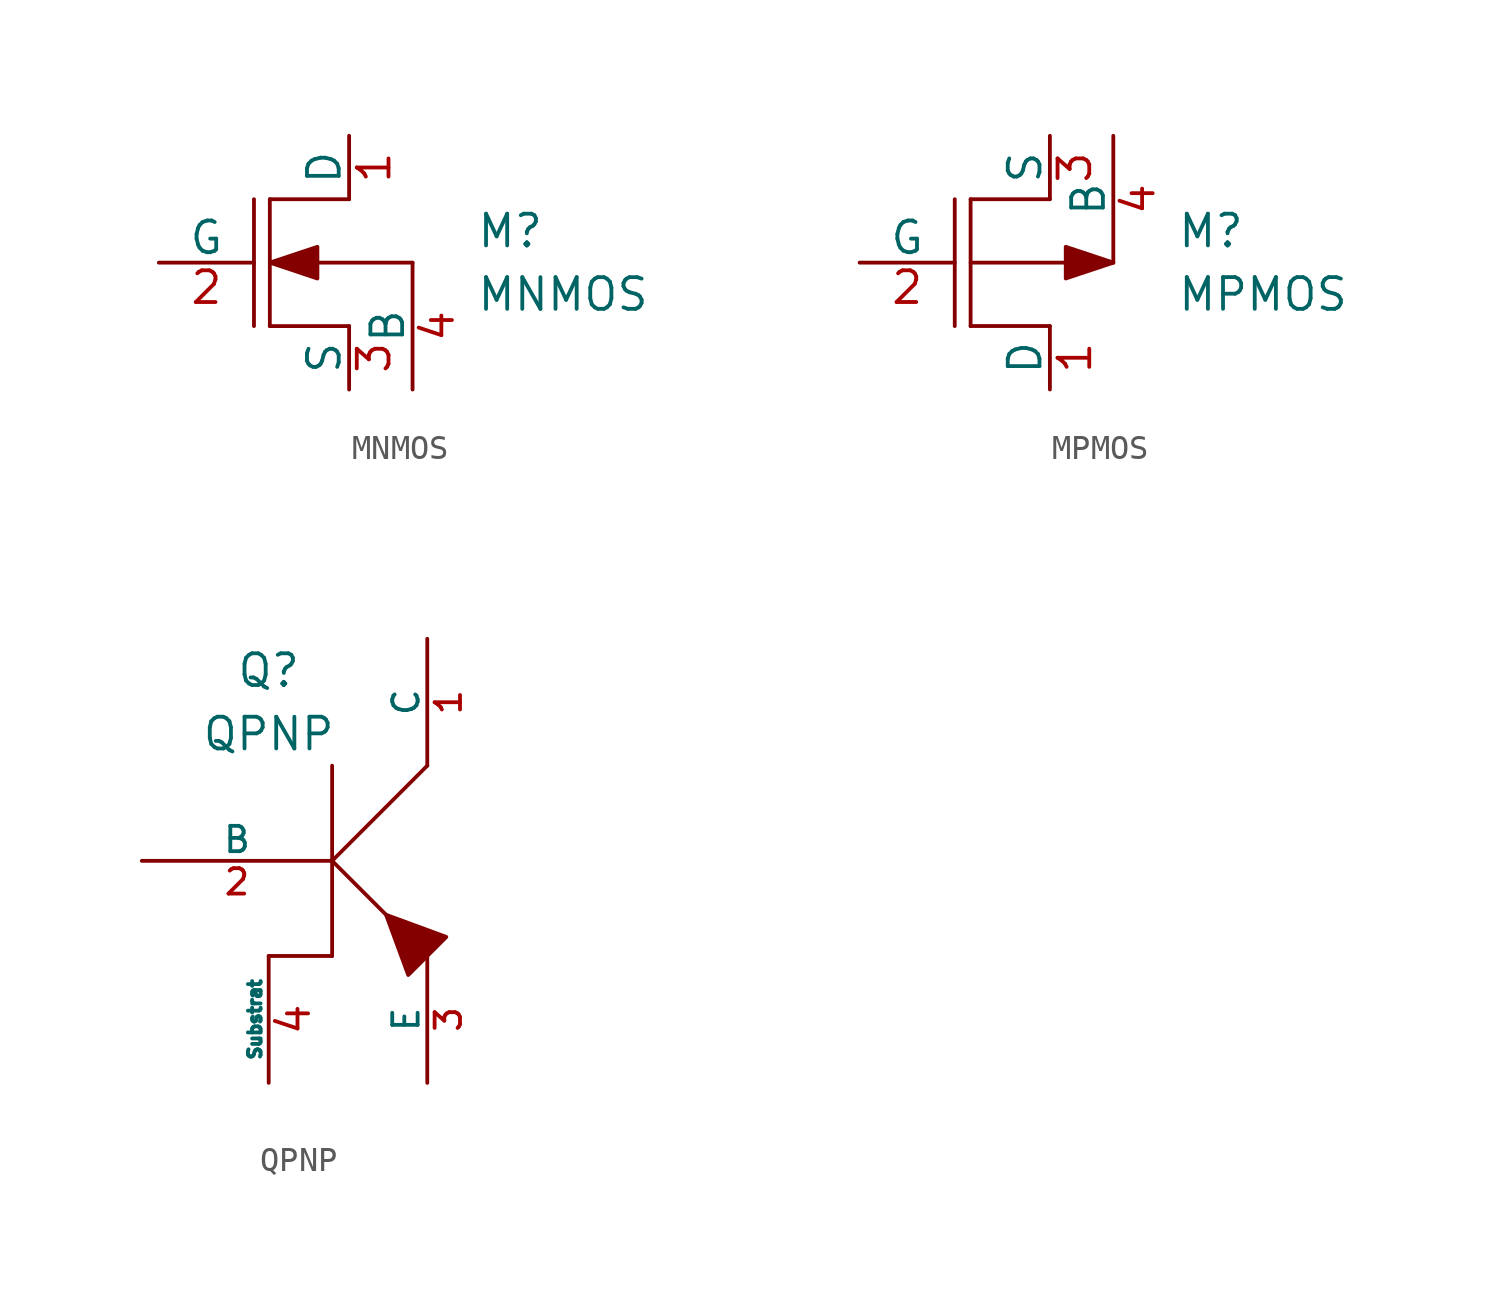
<source format=kicad_sym>
(kicad_symbol_lib
  (version 20201005)
  (generator kicad_symbol_editor)
  (symbol "MNMOS"
    (pin_names
      (offset 0))
    (property "Reference" "M"
      (at 7.62 1.27 0)
      (effects (font (size 1.27 1.27)) (justify left)))
    (property "Value" "MNMOS"
      (at 7.62 -1.27 0)
      (effects (font (size 1.27 1.27)) (justify left)))
    (symbol "MNMOS_0_1"
      (polyline (pts (xy -1.27 -2.54) (xy -1.27 2.54)) (stroke (width 0)) (fill (type none)))
      (polyline (pts (xy -0.635 -2.54) (xy 2.54 -2.54)) (stroke (width 0)) (fill (type none)))
      (polyline (pts (xy 2.54 2.54) (xy -0.635 2.54)) (stroke (width 0)) (fill (type none)))
      (polyline (pts (xy 5.08 0) (xy -0.635 0)) (stroke (width 0)) (fill (type none)))
      (polyline (pts (xy -0.635 0) (xy 1.27 0.635) (xy 1.27 -0.635) (xy -0.635 0)) (stroke (width 0)) (fill (type outline))))
    (symbol "MNMOS_1_1"
      (polyline (pts (xy -0.635 -2.54) (xy -0.635 2.54)) (stroke (width 0)) (fill (type none)))
      (pin passive line (at 2.54 5.08 270) (length 2.54) (name "D" (effects (font (size 1.27 1.27)))) (number "1" (effects (font (size 1.27 1.27)))))
      (pin input line (at -5.08 0 0) (length 3.81) (name "G" (effects (font (size 1.27 1.27)))) (number "2" (effects (font (size 1.27 1.27)))))
      (pin passive line (at 2.54 -5.08 90) (length 2.54) (name "S" (effects (font (size 1.27 1.27)))) (number "3" (effects (font (size 1.27 1.27)))))
      (pin input line (at 5.08 -5.08 90) (length 5.08) (name "B" (effects (font (size 1.27 1.27)))) (number "4" (effects (font (size 1.27 1.27)))))))
  (symbol "MPMOS"
    (pin_names
      (offset 0))
    (property "Reference" "M"
      (at 7.62 1.27 0)
      (effects (font (size 1.27 1.27)) (justify left)))
    (property "Value" "MPMOS"
      (at 7.62 -1.27 0)
      (effects (font (size 1.27 1.27)) (justify left)))
    (symbol "MPMOS_0_1"
      (polyline (pts (xy -1.27 2.54) (xy -1.27 -2.54)) (stroke (width 0)) (fill (type none)))
      (polyline (pts (xy -0.635 -2.54) (xy 2.54 -2.54)) (stroke (width 0)) (fill (type none)))
      (polyline (pts (xy 2.54 2.54) (xy -0.635 2.54)) (stroke (width 0)) (fill (type none)))
      (polyline (pts (xy 5.08 0) (xy -0.635 0)) (stroke (width 0)) (fill (type none)))
      (polyline (pts (xy 5.08 0) (xy 3.175 0.635) (xy 3.175 -0.635) (xy 5.08 0)) (stroke (width 0)) (fill (type outline))))
    (symbol "MPMOS_1_1"
      (polyline (pts (xy -0.635 -2.54) (xy -0.635 2.54)) (stroke (width 0)) (fill (type none)))
      (pin passive line (at 2.54 -5.08 90) (length 2.54) (name "D" (effects (font (size 1.27 1.27)))) (number "1" (effects (font (size 1.27 1.27)))))
      (pin input line (at -5.08 0 0) (length 3.81) (name "G" (effects (font (size 1.27 1.27)))) (number "2" (effects (font (size 1.27 1.27)))))
      (pin passive line (at 2.54 5.08 270) (length 2.54) (name "S" (effects (font (size 1.27 1.27)))) (number "3" (effects (font (size 1.27 1.27)))))
      (pin input line (at 5.08 5.08 270) (length 5.08) (name "B" (effects (font (size 1.27 1.27)))) (number "4" (effects (font (size 1.27 1.27)))))))
  (symbol "QPNP"
    (pin_names
      (offset 0))
    (property "Reference" "Q"
      (at -2.54 7.62 0)
      (effects (font (size 1.27 1.27))))
    (property "Value" "QPNP"
      (at -2.54 5.08 0)
      (effects (font (size 1.27 1.27))))
    (symbol "QPNP_0_1"
      (polyline (pts (xy 0 -3.81) (xy 0 3.81)) (stroke (width 0)) (fill (type none)))
      (polyline (pts (xy 0 0) (xy 3.81 -3.81)) (stroke (width 0)) (fill (type none)))
      (polyline (pts (xy 0 0) (xy 3.81 3.81)) (stroke (width 0)) (fill (type none)))
      (polyline (pts (xy -2.54 -3.81) (xy 0 -3.81) (xy 0 -3.81)) (stroke (width 0)) (fill (type none)))
      (polyline (pts (xy 3.048 -4.572) (xy 4.572 -3.048) (xy 2.159 -2.159) (xy 3.048 -4.572)) (stroke (width 0)) (fill (type outline))))
    (symbol "QPNP_1_1"
      (pin open_collector line (at 3.81 8.89 270) (length 5.08) (name "C" (effects (font (size 1.016 1.016)))) (number "1" (effects (font (size 1.016 1.016)))))
      (pin input line (at -7.62 0 0) (length 7.62) (name "B" (effects (font (size 1.016 1.016)))) (number "2" (effects (font (size 1.016 1.016)))))
      (pin open_emitter line (at 3.81 -8.89 90) (length 5.08) (name "E" (effects (font (size 1.016 1.016)))) (number "3" (effects (font (size 1.016 1.016)))))
      (pin input line (at -2.54 -8.89 90) (length 5.08) (name "Substrat" (effects (font (size 0.508 0.508)))) (number "4" (effects (font (size 1.27 1.27))))))))
</source>
